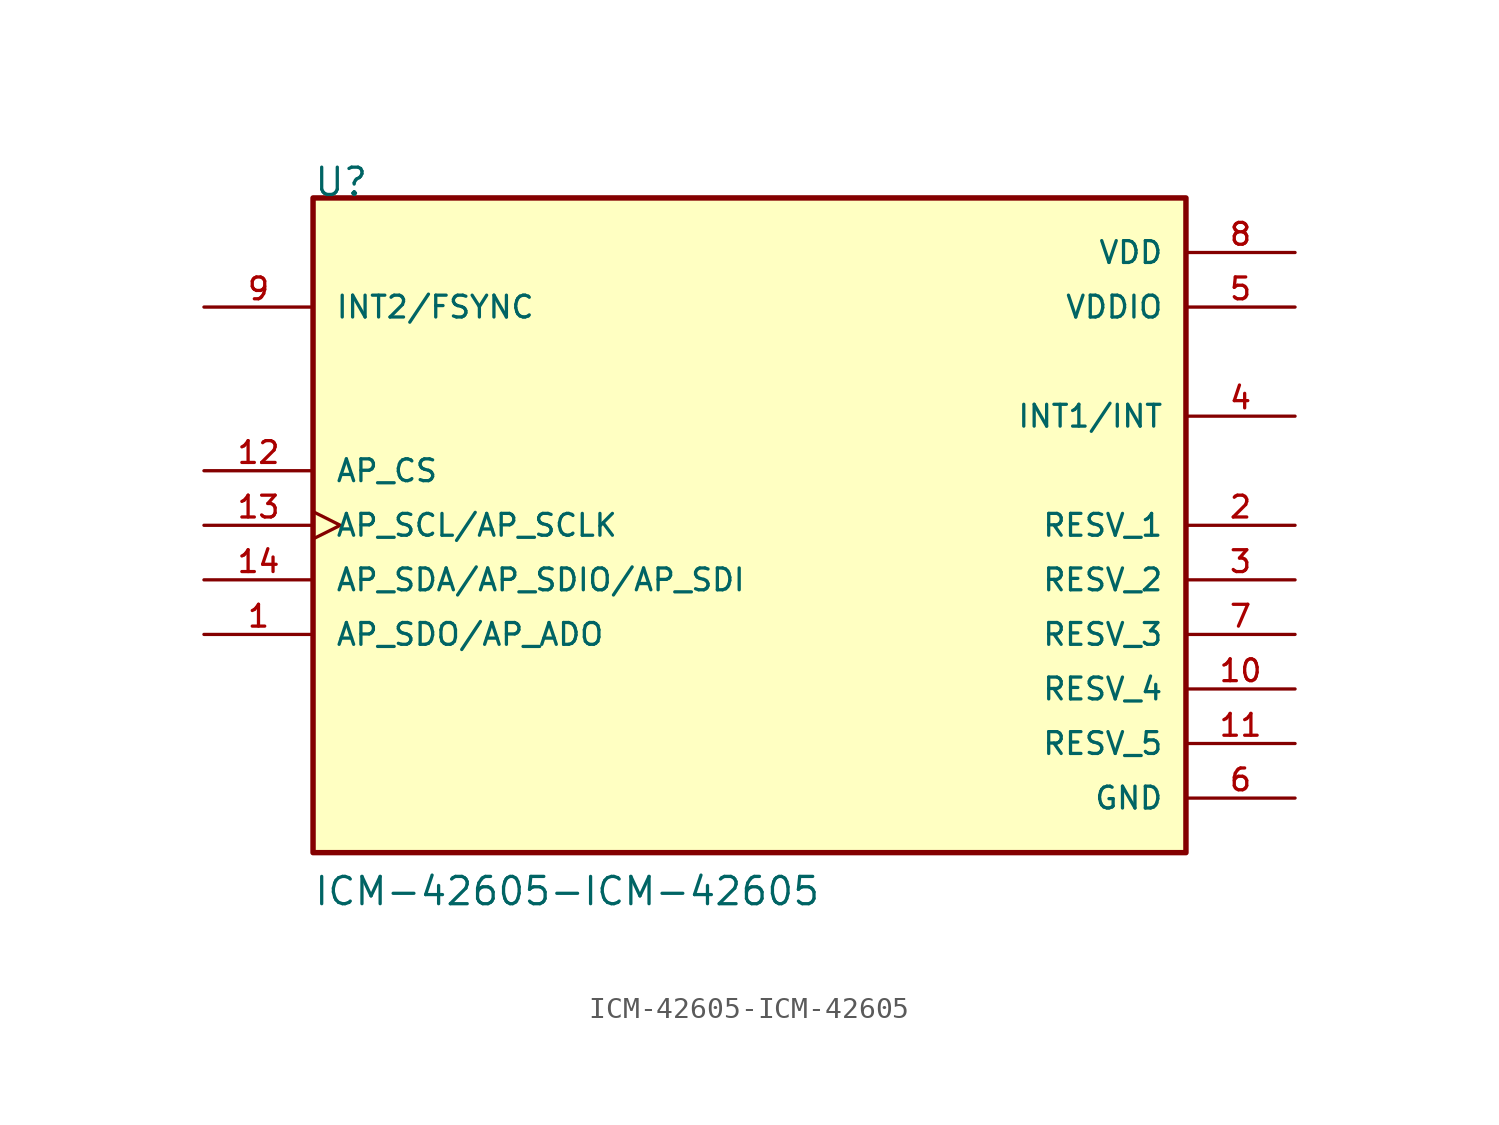
<source format=kicad_sym>
(kicad_symbol_lib
  (version 20220914)
  (generator kicad_symbol_editor)
  (symbol "ICM-42605-ICM-42605"
    (pin_names
      (offset 1.016))
    (property "Reference" "U"
      (at -20.32 15.24 0)
      (effects (font (size 1.27 1.27)) (justify left bottom)))
    (property "Value" "ICM-42605-ICM-42605"
      (at -20.32 -17.78 0)
      (effects (font (size 1.27 1.27)) (justify left bottom)))
    (property "ki_locked" ""
      (at 0 0 0)
      (effects (font (size 1.27 1.27))))
    (symbol "ICM-42605-ICM-42605_0_0"
      (rectangle (start -20.32 -15.24) (end 20.32 15.24) (stroke (width 0.254) (type solid)) (fill (type background)))
      (pin output line (at -25.4 -5.08 0) (length 5.08) (name "AP_SDO/AP_ADO" (effects (font (size 1.016 1.016)))) (number "1" (effects (font (size 1.016 1.016)))))
      (pin bidirectional line (at 25.4 -7.62 180) (length 5.08) (name "RESV_4" (effects (font (size 1.016 1.016)))) (number "10" (effects (font (size 1.016 1.016)))))
      (pin bidirectional line (at 25.4 -10.16 180) (length 5.08) (name "RESV_5" (effects (font (size 1.016 1.016)))) (number "11" (effects (font (size 1.016 1.016)))))
      (pin input line (at -25.4 2.54 0) (length 5.08) (name "AP_CS" (effects (font (size 1.016 1.016)))) (number "12" (effects (font (size 1.016 1.016)))))
      (pin input clock (at -25.4 0 0) (length 5.08) (name "AP_SCL/AP_SCLK" (effects (font (size 1.016 1.016)))) (number "13" (effects (font (size 1.016 1.016)))))
      (pin bidirectional line (at -25.4 -2.54 0) (length 5.08) (name "AP_SDA/AP_SDIO/AP_SDI" (effects (font (size 1.016 1.016)))) (number "14" (effects (font (size 1.016 1.016)))))
      (pin bidirectional line (at 25.4 0 180) (length 5.08) (name "RESV_1" (effects (font (size 1.016 1.016)))) (number "2" (effects (font (size 1.016 1.016)))))
      (pin bidirectional line (at 25.4 -2.54 180) (length 5.08) (name "RESV_2" (effects (font (size 1.016 1.016)))) (number "3" (effects (font (size 1.016 1.016)))))
      (pin output line (at 25.4 5.08 180) (length 5.08) (name "INT1/INT" (effects (font (size 1.016 1.016)))) (number "4" (effects (font (size 1.016 1.016)))))
      (pin power_in line (at 25.4 10.16 180) (length 5.08) (name "VDDIO" (effects (font (size 1.016 1.016)))) (number "5" (effects (font (size 1.016 1.016)))))
      (pin power_in line (at 25.4 -12.7 180) (length 5.08) (name "GND" (effects (font (size 1.016 1.016)))) (number "6" (effects (font (size 1.016 1.016)))))
      (pin bidirectional line (at 25.4 -5.08 180) (length 5.08) (name "RESV_3" (effects (font (size 1.016 1.016)))) (number "7" (effects (font (size 1.016 1.016)))))
      (pin power_in line (at 25.4 12.7 180) (length 5.08) (name "VDD" (effects (font (size 1.016 1.016)))) (number "8" (effects (font (size 1.016 1.016)))))
      (pin bidirectional line (at -25.4 10.16 0) (length 5.08) (name "INT2/FSYNC" (effects (font (size 1.016 1.016)))) (number "9" (effects (font (size 1.016 1.016))))))))
</source>
